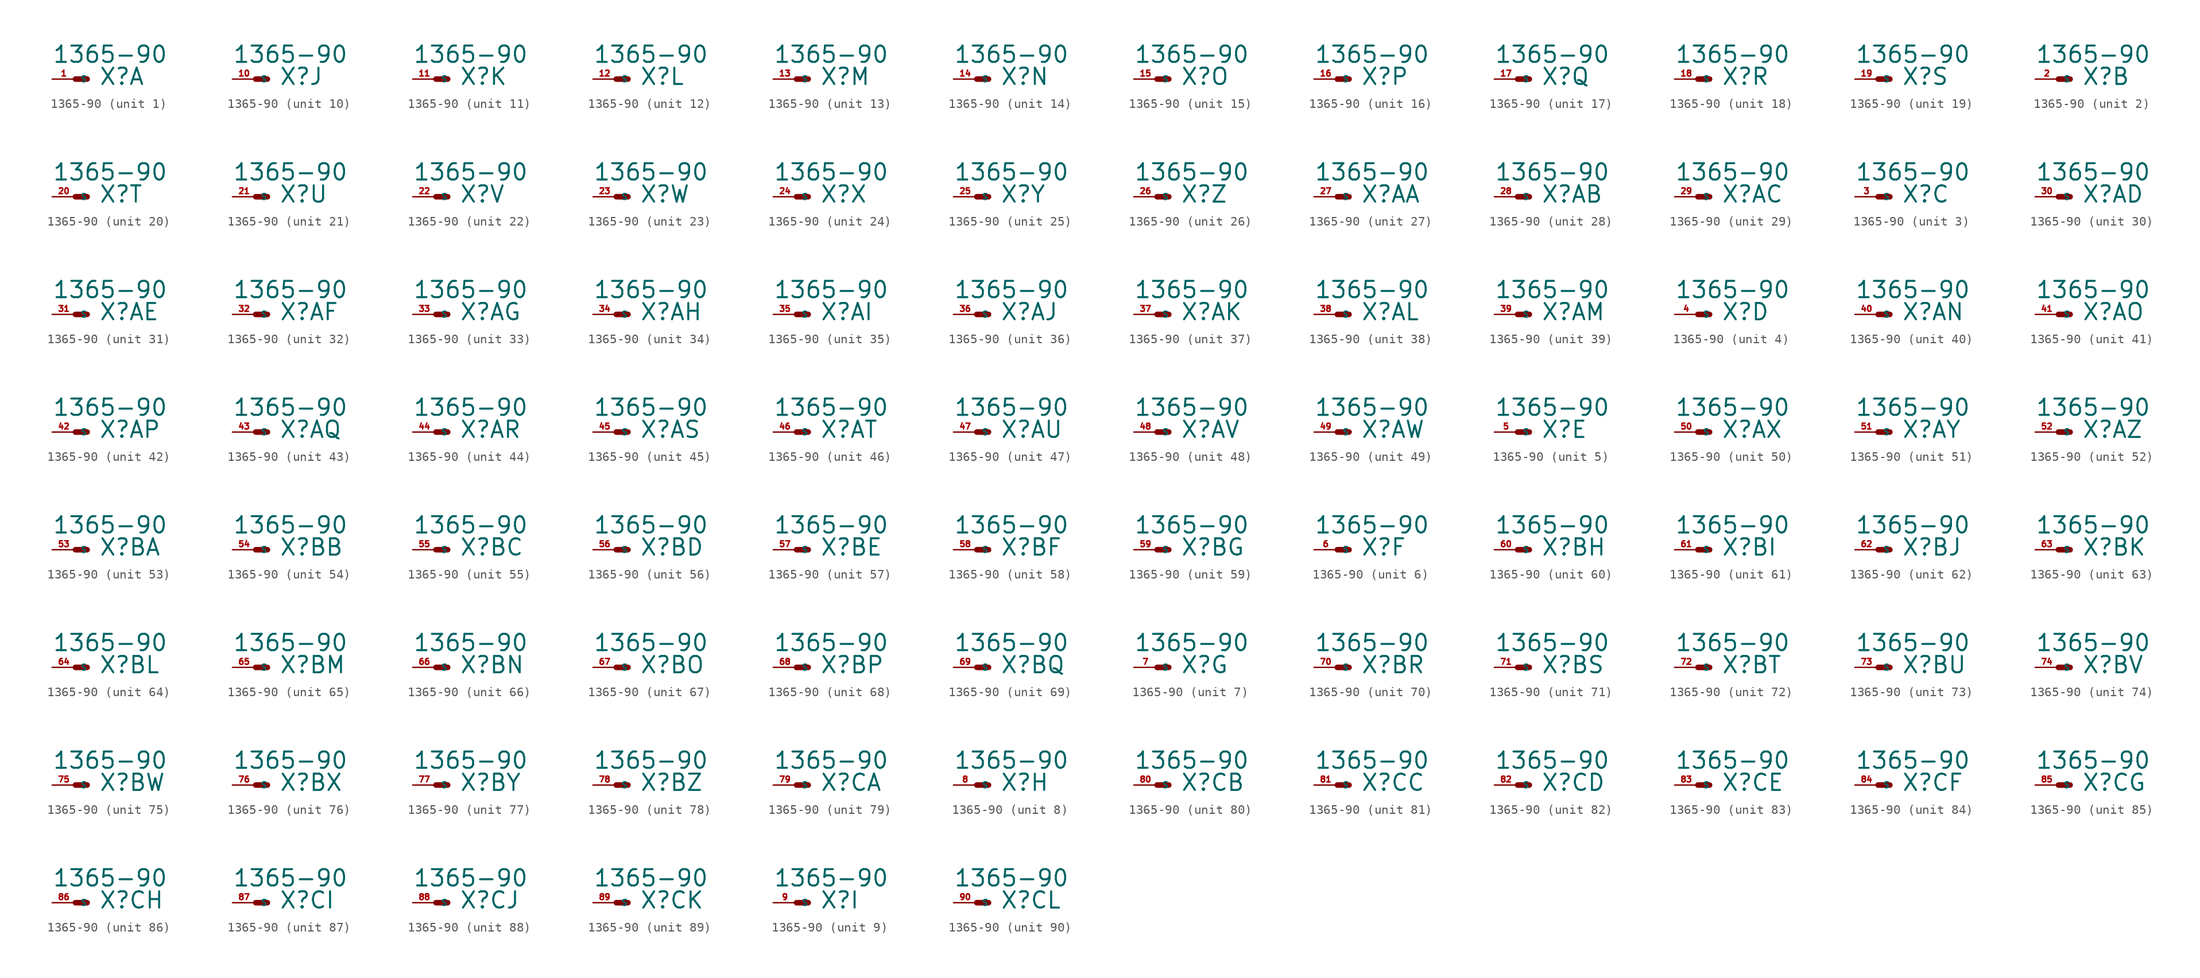
<source format=kicad_sym>
(kicad_symbol_lib
  (version 20220914)
  (generator Eagle2Kicad)
  (symbol "1365-90"
    (property "Reference" "X"
      (at 2.54 -0.762 0)
      (effects (font (size 1.778 1.778) (thickness 0.22)) (justify left bottom)))
    (property "Value" "1365-90"
      (at -2.54 1.651 0)
      (effects (font (size 1.778 1.778) (thickness 0.22)) (justify left bottom)))
    (symbol "1365-90_1_0"
      (polyline (pts (xy 0 0) (xy 1.27 0)) (stroke (width 0.61) (type default)) (fill (type none)))
      (pin passive line (at -2.54 0 0) (length 2.54) (name "S" (effects (font (size 0.635 0.635) (thickness 0.08)) (justify left bottom))) (number "1" (effects (font (size 0.635 0.635) (thickness 0.08)) (justify left bottom)))))
    (symbol "1365-90_2_0"
      (polyline (pts (xy 0 0) (xy 1.27 0)) (stroke (width 0.61) (type default)) (fill (type none)))
      (pin passive line (at -2.54 0 0) (length 2.54) (name "S" (effects (font (size 0.635 0.635) (thickness 0.08)) (justify left bottom))) (number "2" (effects (font (size 0.635 0.635) (thickness 0.08)) (justify left bottom)))))
    (symbol "1365-90_3_0"
      (polyline (pts (xy 0 0) (xy 1.27 0)) (stroke (width 0.61) (type default)) (fill (type none)))
      (pin passive line (at -2.54 0 0) (length 2.54) (name "S" (effects (font (size 0.635 0.635) (thickness 0.08)) (justify left bottom))) (number "3" (effects (font (size 0.635 0.635) (thickness 0.08)) (justify left bottom)))))
    (symbol "1365-90_4_0"
      (polyline (pts (xy 0 0) (xy 1.27 0)) (stroke (width 0.61) (type default)) (fill (type none)))
      (pin passive line (at -2.54 0 0) (length 2.54) (name "S" (effects (font (size 0.635 0.635) (thickness 0.08)) (justify left bottom))) (number "4" (effects (font (size 0.635 0.635) (thickness 0.08)) (justify left bottom)))))
    (symbol "1365-90_5_0"
      (polyline (pts (xy 0 0) (xy 1.27 0)) (stroke (width 0.61) (type default)) (fill (type none)))
      (pin passive line (at -2.54 0 0) (length 2.54) (name "S" (effects (font (size 0.635 0.635) (thickness 0.08)) (justify left bottom))) (number "5" (effects (font (size 0.635 0.635) (thickness 0.08)) (justify left bottom)))))
    (symbol "1365-90_6_0"
      (polyline (pts (xy 0 0) (xy 1.27 0)) (stroke (width 0.61) (type default)) (fill (type none)))
      (pin passive line (at -2.54 0 0) (length 2.54) (name "S" (effects (font (size 0.635 0.635) (thickness 0.08)) (justify left bottom))) (number "6" (effects (font (size 0.635 0.635) (thickness 0.08)) (justify left bottom)))))
    (symbol "1365-90_7_0"
      (polyline (pts (xy 0 0) (xy 1.27 0)) (stroke (width 0.61) (type default)) (fill (type none)))
      (pin passive line (at -2.54 0 0) (length 2.54) (name "S" (effects (font (size 0.635 0.635) (thickness 0.08)) (justify left bottom))) (number "7" (effects (font (size 0.635 0.635) (thickness 0.08)) (justify left bottom)))))
    (symbol "1365-90_8_0"
      (polyline (pts (xy 0 0) (xy 1.27 0)) (stroke (width 0.61) (type default)) (fill (type none)))
      (pin passive line (at -2.54 0 0) (length 2.54) (name "S" (effects (font (size 0.635 0.635) (thickness 0.08)) (justify left bottom))) (number "8" (effects (font (size 0.635 0.635) (thickness 0.08)) (justify left bottom)))))
    (symbol "1365-90_9_0"
      (polyline (pts (xy 0 0) (xy 1.27 0)) (stroke (width 0.61) (type default)) (fill (type none)))
      (pin passive line (at -2.54 0 0) (length 2.54) (name "S" (effects (font (size 0.635 0.635) (thickness 0.08)) (justify left bottom))) (number "9" (effects (font (size 0.635 0.635) (thickness 0.08)) (justify left bottom)))))
    (symbol "1365-90_10_0"
      (polyline (pts (xy 0 0) (xy 1.27 0)) (stroke (width 0.61) (type default)) (fill (type none)))
      (pin passive line (at -2.54 0 0) (length 2.54) (name "S" (effects (font (size 0.635 0.635) (thickness 0.08)) (justify left bottom))) (number "10" (effects (font (size 0.635 0.635) (thickness 0.08)) (justify left bottom)))))
    (symbol "1365-90_11_0"
      (polyline (pts (xy 0 0) (xy 1.27 0)) (stroke (width 0.61) (type default)) (fill (type none)))
      (pin passive line (at -2.54 0 0) (length 2.54) (name "S" (effects (font (size 0.635 0.635) (thickness 0.08)) (justify left bottom))) (number "11" (effects (font (size 0.635 0.635) (thickness 0.08)) (justify left bottom)))))
    (symbol "1365-90_12_0"
      (polyline (pts (xy 0 0) (xy 1.27 0)) (stroke (width 0.61) (type default)) (fill (type none)))
      (pin passive line (at -2.54 0 0) (length 2.54) (name "S" (effects (font (size 0.635 0.635) (thickness 0.08)) (justify left bottom))) (number "12" (effects (font (size 0.635 0.635) (thickness 0.08)) (justify left bottom)))))
    (symbol "1365-90_13_0"
      (polyline (pts (xy 0 0) (xy 1.27 0)) (stroke (width 0.61) (type default)) (fill (type none)))
      (pin passive line (at -2.54 0 0) (length 2.54) (name "S" (effects (font (size 0.635 0.635) (thickness 0.08)) (justify left bottom))) (number "13" (effects (font (size 0.635 0.635) (thickness 0.08)) (justify left bottom)))))
    (symbol "1365-90_14_0"
      (polyline (pts (xy 0 0) (xy 1.27 0)) (stroke (width 0.61) (type default)) (fill (type none)))
      (pin passive line (at -2.54 0 0) (length 2.54) (name "S" (effects (font (size 0.635 0.635) (thickness 0.08)) (justify left bottom))) (number "14" (effects (font (size 0.635 0.635) (thickness 0.08)) (justify left bottom)))))
    (symbol "1365-90_15_0"
      (polyline (pts (xy 0 0) (xy 1.27 0)) (stroke (width 0.61) (type default)) (fill (type none)))
      (pin passive line (at -2.54 0 0) (length 2.54) (name "S" (effects (font (size 0.635 0.635) (thickness 0.08)) (justify left bottom))) (number "15" (effects (font (size 0.635 0.635) (thickness 0.08)) (justify left bottom)))))
    (symbol "1365-90_16_0"
      (polyline (pts (xy 0 0) (xy 1.27 0)) (stroke (width 0.61) (type default)) (fill (type none)))
      (pin passive line (at -2.54 0 0) (length 2.54) (name "S" (effects (font (size 0.635 0.635) (thickness 0.08)) (justify left bottom))) (number "16" (effects (font (size 0.635 0.635) (thickness 0.08)) (justify left bottom)))))
    (symbol "1365-90_17_0"
      (polyline (pts (xy 0 0) (xy 1.27 0)) (stroke (width 0.61) (type default)) (fill (type none)))
      (pin passive line (at -2.54 0 0) (length 2.54) (name "S" (effects (font (size 0.635 0.635) (thickness 0.08)) (justify left bottom))) (number "17" (effects (font (size 0.635 0.635) (thickness 0.08)) (justify left bottom)))))
    (symbol "1365-90_18_0"
      (polyline (pts (xy 0 0) (xy 1.27 0)) (stroke (width 0.61) (type default)) (fill (type none)))
      (pin passive line (at -2.54 0 0) (length 2.54) (name "S" (effects (font (size 0.635 0.635) (thickness 0.08)) (justify left bottom))) (number "18" (effects (font (size 0.635 0.635) (thickness 0.08)) (justify left bottom)))))
    (symbol "1365-90_19_0"
      (polyline (pts (xy 0 0) (xy 1.27 0)) (stroke (width 0.61) (type default)) (fill (type none)))
      (pin passive line (at -2.54 0 0) (length 2.54) (name "S" (effects (font (size 0.635 0.635) (thickness 0.08)) (justify left bottom))) (number "19" (effects (font (size 0.635 0.635) (thickness 0.08)) (justify left bottom)))))
    (symbol "1365-90_20_0"
      (polyline (pts (xy 0 0) (xy 1.27 0)) (stroke (width 0.61) (type default)) (fill (type none)))
      (pin passive line (at -2.54 0 0) (length 2.54) (name "S" (effects (font (size 0.635 0.635) (thickness 0.08)) (justify left bottom))) (number "20" (effects (font (size 0.635 0.635) (thickness 0.08)) (justify left bottom)))))
    (symbol "1365-90_21_0"
      (polyline (pts (xy 0 0) (xy 1.27 0)) (stroke (width 0.61) (type default)) (fill (type none)))
      (pin passive line (at -2.54 0 0) (length 2.54) (name "S" (effects (font (size 0.635 0.635) (thickness 0.08)) (justify left bottom))) (number "21" (effects (font (size 0.635 0.635) (thickness 0.08)) (justify left bottom)))))
    (symbol "1365-90_22_0"
      (polyline (pts (xy 0 0) (xy 1.27 0)) (stroke (width 0.61) (type default)) (fill (type none)))
      (pin passive line (at -2.54 0 0) (length 2.54) (name "S" (effects (font (size 0.635 0.635) (thickness 0.08)) (justify left bottom))) (number "22" (effects (font (size 0.635 0.635) (thickness 0.08)) (justify left bottom)))))
    (symbol "1365-90_23_0"
      (polyline (pts (xy 0 0) (xy 1.27 0)) (stroke (width 0.61) (type default)) (fill (type none)))
      (pin passive line (at -2.54 0 0) (length 2.54) (name "S" (effects (font (size 0.635 0.635) (thickness 0.08)) (justify left bottom))) (number "23" (effects (font (size 0.635 0.635) (thickness 0.08)) (justify left bottom)))))
    (symbol "1365-90_24_0"
      (polyline (pts (xy 0 0) (xy 1.27 0)) (stroke (width 0.61) (type default)) (fill (type none)))
      (pin passive line (at -2.54 0 0) (length 2.54) (name "S" (effects (font (size 0.635 0.635) (thickness 0.08)) (justify left bottom))) (number "24" (effects (font (size 0.635 0.635) (thickness 0.08)) (justify left bottom)))))
    (symbol "1365-90_25_0"
      (polyline (pts (xy 0 0) (xy 1.27 0)) (stroke (width 0.61) (type default)) (fill (type none)))
      (pin passive line (at -2.54 0 0) (length 2.54) (name "S" (effects (font (size 0.635 0.635) (thickness 0.08)) (justify left bottom))) (number "25" (effects (font (size 0.635 0.635) (thickness 0.08)) (justify left bottom)))))
    (symbol "1365-90_26_0"
      (polyline (pts (xy 0 0) (xy 1.27 0)) (stroke (width 0.61) (type default)) (fill (type none)))
      (pin passive line (at -2.54 0 0) (length 2.54) (name "S" (effects (font (size 0.635 0.635) (thickness 0.08)) (justify left bottom))) (number "26" (effects (font (size 0.635 0.635) (thickness 0.08)) (justify left bottom)))))
    (symbol "1365-90_27_0"
      (polyline (pts (xy 0 0) (xy 1.27 0)) (stroke (width 0.61) (type default)) (fill (type none)))
      (pin passive line (at -2.54 0 0) (length 2.54) (name "S" (effects (font (size 0.635 0.635) (thickness 0.08)) (justify left bottom))) (number "27" (effects (font (size 0.635 0.635) (thickness 0.08)) (justify left bottom)))))
    (symbol "1365-90_28_0"
      (polyline (pts (xy 0 0) (xy 1.27 0)) (stroke (width 0.61) (type default)) (fill (type none)))
      (pin passive line (at -2.54 0 0) (length 2.54) (name "S" (effects (font (size 0.635 0.635) (thickness 0.08)) (justify left bottom))) (number "28" (effects (font (size 0.635 0.635) (thickness 0.08)) (justify left bottom)))))
    (symbol "1365-90_29_0"
      (polyline (pts (xy 0 0) (xy 1.27 0)) (stroke (width 0.61) (type default)) (fill (type none)))
      (pin passive line (at -2.54 0 0) (length 2.54) (name "S" (effects (font (size 0.635 0.635) (thickness 0.08)) (justify left bottom))) (number "29" (effects (font (size 0.635 0.635) (thickness 0.08)) (justify left bottom)))))
    (symbol "1365-90_30_0"
      (polyline (pts (xy 0 0) (xy 1.27 0)) (stroke (width 0.61) (type default)) (fill (type none)))
      (pin passive line (at -2.54 0 0) (length 2.54) (name "S" (effects (font (size 0.635 0.635) (thickness 0.08)) (justify left bottom))) (number "30" (effects (font (size 0.635 0.635) (thickness 0.08)) (justify left bottom)))))
    (symbol "1365-90_31_0"
      (polyline (pts (xy 0 0) (xy 1.27 0)) (stroke (width 0.61) (type default)) (fill (type none)))
      (pin passive line (at -2.54 0 0) (length 2.54) (name "S" (effects (font (size 0.635 0.635) (thickness 0.08)) (justify left bottom))) (number "31" (effects (font (size 0.635 0.635) (thickness 0.08)) (justify left bottom)))))
    (symbol "1365-90_32_0"
      (polyline (pts (xy 0 0) (xy 1.27 0)) (stroke (width 0.61) (type default)) (fill (type none)))
      (pin passive line (at -2.54 0 0) (length 2.54) (name "S" (effects (font (size 0.635 0.635) (thickness 0.08)) (justify left bottom))) (number "32" (effects (font (size 0.635 0.635) (thickness 0.08)) (justify left bottom)))))
    (symbol "1365-90_33_0"
      (polyline (pts (xy 0 0) (xy 1.27 0)) (stroke (width 0.61) (type default)) (fill (type none)))
      (pin passive line (at -2.54 0 0) (length 2.54) (name "S" (effects (font (size 0.635 0.635) (thickness 0.08)) (justify left bottom))) (number "33" (effects (font (size 0.635 0.635) (thickness 0.08)) (justify left bottom)))))
    (symbol "1365-90_34_0"
      (polyline (pts (xy 0 0) (xy 1.27 0)) (stroke (width 0.61) (type default)) (fill (type none)))
      (pin passive line (at -2.54 0 0) (length 2.54) (name "S" (effects (font (size 0.635 0.635) (thickness 0.08)) (justify left bottom))) (number "34" (effects (font (size 0.635 0.635) (thickness 0.08)) (justify left bottom)))))
    (symbol "1365-90_35_0"
      (polyline (pts (xy 0 0) (xy 1.27 0)) (stroke (width 0.61) (type default)) (fill (type none)))
      (pin passive line (at -2.54 0 0) (length 2.54) (name "S" (effects (font (size 0.635 0.635) (thickness 0.08)) (justify left bottom))) (number "35" (effects (font (size 0.635 0.635) (thickness 0.08)) (justify left bottom)))))
    (symbol "1365-90_36_0"
      (polyline (pts (xy 0 0) (xy 1.27 0)) (stroke (width 0.61) (type default)) (fill (type none)))
      (pin passive line (at -2.54 0 0) (length 2.54) (name "S" (effects (font (size 0.635 0.635) (thickness 0.08)) (justify left bottom))) (number "36" (effects (font (size 0.635 0.635) (thickness 0.08)) (justify left bottom)))))
    (symbol "1365-90_37_0"
      (polyline (pts (xy 0 0) (xy 1.27 0)) (stroke (width 0.61) (type default)) (fill (type none)))
      (pin passive line (at -2.54 0 0) (length 2.54) (name "S" (effects (font (size 0.635 0.635) (thickness 0.08)) (justify left bottom))) (number "37" (effects (font (size 0.635 0.635) (thickness 0.08)) (justify left bottom)))))
    (symbol "1365-90_38_0"
      (polyline (pts (xy 0 0) (xy 1.27 0)) (stroke (width 0.61) (type default)) (fill (type none)))
      (pin passive line (at -2.54 0 0) (length 2.54) (name "S" (effects (font (size 0.635 0.635) (thickness 0.08)) (justify left bottom))) (number "38" (effects (font (size 0.635 0.635) (thickness 0.08)) (justify left bottom)))))
    (symbol "1365-90_39_0"
      (polyline (pts (xy 0 0) (xy 1.27 0)) (stroke (width 0.61) (type default)) (fill (type none)))
      (pin passive line (at -2.54 0 0) (length 2.54) (name "S" (effects (font (size 0.635 0.635) (thickness 0.08)) (justify left bottom))) (number "39" (effects (font (size 0.635 0.635) (thickness 0.08)) (justify left bottom)))))
    (symbol "1365-90_40_0"
      (polyline (pts (xy 0 0) (xy 1.27 0)) (stroke (width 0.61) (type default)) (fill (type none)))
      (pin passive line (at -2.54 0 0) (length 2.54) (name "S" (effects (font (size 0.635 0.635) (thickness 0.08)) (justify left bottom))) (number "40" (effects (font (size 0.635 0.635) (thickness 0.08)) (justify left bottom)))))
    (symbol "1365-90_41_0"
      (polyline (pts (xy 0 0) (xy 1.27 0)) (stroke (width 0.61) (type default)) (fill (type none)))
      (pin passive line (at -2.54 0 0) (length 2.54) (name "S" (effects (font (size 0.635 0.635) (thickness 0.08)) (justify left bottom))) (number "41" (effects (font (size 0.635 0.635) (thickness 0.08)) (justify left bottom)))))
    (symbol "1365-90_42_0"
      (polyline (pts (xy 0 0) (xy 1.27 0)) (stroke (width 0.61) (type default)) (fill (type none)))
      (pin passive line (at -2.54 0 0) (length 2.54) (name "S" (effects (font (size 0.635 0.635) (thickness 0.08)) (justify left bottom))) (number "42" (effects (font (size 0.635 0.635) (thickness 0.08)) (justify left bottom)))))
    (symbol "1365-90_43_0"
      (polyline (pts (xy 0 0) (xy 1.27 0)) (stroke (width 0.61) (type default)) (fill (type none)))
      (pin passive line (at -2.54 0 0) (length 2.54) (name "S" (effects (font (size 0.635 0.635) (thickness 0.08)) (justify left bottom))) (number "43" (effects (font (size 0.635 0.635) (thickness 0.08)) (justify left bottom)))))
    (symbol "1365-90_44_0"
      (polyline (pts (xy 0 0) (xy 1.27 0)) (stroke (width 0.61) (type default)) (fill (type none)))
      (pin passive line (at -2.54 0 0) (length 2.54) (name "S" (effects (font (size 0.635 0.635) (thickness 0.08)) (justify left bottom))) (number "44" (effects (font (size 0.635 0.635) (thickness 0.08)) (justify left bottom)))))
    (symbol "1365-90_45_0"
      (polyline (pts (xy 0 0) (xy 1.27 0)) (stroke (width 0.61) (type default)) (fill (type none)))
      (pin passive line (at -2.54 0 0) (length 2.54) (name "S" (effects (font (size 0.635 0.635) (thickness 0.08)) (justify left bottom))) (number "45" (effects (font (size 0.635 0.635) (thickness 0.08)) (justify left bottom)))))
    (symbol "1365-90_46_0"
      (polyline (pts (xy 0 0) (xy 1.27 0)) (stroke (width 0.61) (type default)) (fill (type none)))
      (pin passive line (at -2.54 0 0) (length 2.54) (name "S" (effects (font (size 0.635 0.635) (thickness 0.08)) (justify left bottom))) (number "46" (effects (font (size 0.635 0.635) (thickness 0.08)) (justify left bottom)))))
    (symbol "1365-90_47_0"
      (polyline (pts (xy 0 0) (xy 1.27 0)) (stroke (width 0.61) (type default)) (fill (type none)))
      (pin passive line (at -2.54 0 0) (length 2.54) (name "S" (effects (font (size 0.635 0.635) (thickness 0.08)) (justify left bottom))) (number "47" (effects (font (size 0.635 0.635) (thickness 0.08)) (justify left bottom)))))
    (symbol "1365-90_48_0"
      (polyline (pts (xy 0 0) (xy 1.27 0)) (stroke (width 0.61) (type default)) (fill (type none)))
      (pin passive line (at -2.54 0 0) (length 2.54) (name "S" (effects (font (size 0.635 0.635) (thickness 0.08)) (justify left bottom))) (number "48" (effects (font (size 0.635 0.635) (thickness 0.08)) (justify left bottom)))))
    (symbol "1365-90_49_0"
      (polyline (pts (xy 0 0) (xy 1.27 0)) (stroke (width 0.61) (type default)) (fill (type none)))
      (pin passive line (at -2.54 0 0) (length 2.54) (name "S" (effects (font (size 0.635 0.635) (thickness 0.08)) (justify left bottom))) (number "49" (effects (font (size 0.635 0.635) (thickness 0.08)) (justify left bottom)))))
    (symbol "1365-90_50_0"
      (polyline (pts (xy 0 0) (xy 1.27 0)) (stroke (width 0.61) (type default)) (fill (type none)))
      (pin passive line (at -2.54 0 0) (length 2.54) (name "S" (effects (font (size 0.635 0.635) (thickness 0.08)) (justify left bottom))) (number "50" (effects (font (size 0.635 0.635) (thickness 0.08)) (justify left bottom)))))
    (symbol "1365-90_51_0"
      (polyline (pts (xy 0 0) (xy 1.27 0)) (stroke (width 0.61) (type default)) (fill (type none)))
      (pin passive line (at -2.54 0 0) (length 2.54) (name "S" (effects (font (size 0.635 0.635) (thickness 0.08)) (justify left bottom))) (number "51" (effects (font (size 0.635 0.635) (thickness 0.08)) (justify left bottom)))))
    (symbol "1365-90_52_0"
      (polyline (pts (xy 0 0) (xy 1.27 0)) (stroke (width 0.61) (type default)) (fill (type none)))
      (pin passive line (at -2.54 0 0) (length 2.54) (name "S" (effects (font (size 0.635 0.635) (thickness 0.08)) (justify left bottom))) (number "52" (effects (font (size 0.635 0.635) (thickness 0.08)) (justify left bottom)))))
    (symbol "1365-90_53_0"
      (polyline (pts (xy 0 0) (xy 1.27 0)) (stroke (width 0.61) (type default)) (fill (type none)))
      (pin passive line (at -2.54 0 0) (length 2.54) (name "S" (effects (font (size 0.635 0.635) (thickness 0.08)) (justify left bottom))) (number "53" (effects (font (size 0.635 0.635) (thickness 0.08)) (justify left bottom)))))
    (symbol "1365-90_54_0"
      (polyline (pts (xy 0 0) (xy 1.27 0)) (stroke (width 0.61) (type default)) (fill (type none)))
      (pin passive line (at -2.54 0 0) (length 2.54) (name "S" (effects (font (size 0.635 0.635) (thickness 0.08)) (justify left bottom))) (number "54" (effects (font (size 0.635 0.635) (thickness 0.08)) (justify left bottom)))))
    (symbol "1365-90_55_0"
      (polyline (pts (xy 0 0) (xy 1.27 0)) (stroke (width 0.61) (type default)) (fill (type none)))
      (pin passive line (at -2.54 0 0) (length 2.54) (name "S" (effects (font (size 0.635 0.635) (thickness 0.08)) (justify left bottom))) (number "55" (effects (font (size 0.635 0.635) (thickness 0.08)) (justify left bottom)))))
    (symbol "1365-90_56_0"
      (polyline (pts (xy 0 0) (xy 1.27 0)) (stroke (width 0.61) (type default)) (fill (type none)))
      (pin passive line (at -2.54 0 0) (length 2.54) (name "S" (effects (font (size 0.635 0.635) (thickness 0.08)) (justify left bottom))) (number "56" (effects (font (size 0.635 0.635) (thickness 0.08)) (justify left bottom)))))
    (symbol "1365-90_57_0"
      (polyline (pts (xy 0 0) (xy 1.27 0)) (stroke (width 0.61) (type default)) (fill (type none)))
      (pin passive line (at -2.54 0 0) (length 2.54) (name "S" (effects (font (size 0.635 0.635) (thickness 0.08)) (justify left bottom))) (number "57" (effects (font (size 0.635 0.635) (thickness 0.08)) (justify left bottom)))))
    (symbol "1365-90_58_0"
      (polyline (pts (xy 0 0) (xy 1.27 0)) (stroke (width 0.61) (type default)) (fill (type none)))
      (pin passive line (at -2.54 0 0) (length 2.54) (name "S" (effects (font (size 0.635 0.635) (thickness 0.08)) (justify left bottom))) (number "58" (effects (font (size 0.635 0.635) (thickness 0.08)) (justify left bottom)))))
    (symbol "1365-90_59_0"
      (polyline (pts (xy 0 0) (xy 1.27 0)) (stroke (width 0.61) (type default)) (fill (type none)))
      (pin passive line (at -2.54 0 0) (length 2.54) (name "S" (effects (font (size 0.635 0.635) (thickness 0.08)) (justify left bottom))) (number "59" (effects (font (size 0.635 0.635) (thickness 0.08)) (justify left bottom)))))
    (symbol "1365-90_60_0"
      (polyline (pts (xy 0 0) (xy 1.27 0)) (stroke (width 0.61) (type default)) (fill (type none)))
      (pin passive line (at -2.54 0 0) (length 2.54) (name "S" (effects (font (size 0.635 0.635) (thickness 0.08)) (justify left bottom))) (number "60" (effects (font (size 0.635 0.635) (thickness 0.08)) (justify left bottom)))))
    (symbol "1365-90_61_0"
      (polyline (pts (xy 0 0) (xy 1.27 0)) (stroke (width 0.61) (type default)) (fill (type none)))
      (pin passive line (at -2.54 0 0) (length 2.54) (name "S" (effects (font (size 0.635 0.635) (thickness 0.08)) (justify left bottom))) (number "61" (effects (font (size 0.635 0.635) (thickness 0.08)) (justify left bottom)))))
    (symbol "1365-90_62_0"
      (polyline (pts (xy 0 0) (xy 1.27 0)) (stroke (width 0.61) (type default)) (fill (type none)))
      (pin passive line (at -2.54 0 0) (length 2.54) (name "S" (effects (font (size 0.635 0.635) (thickness 0.08)) (justify left bottom))) (number "62" (effects (font (size 0.635 0.635) (thickness 0.08)) (justify left bottom)))))
    (symbol "1365-90_63_0"
      (polyline (pts (xy 0 0) (xy 1.27 0)) (stroke (width 0.61) (type default)) (fill (type none)))
      (pin passive line (at -2.54 0 0) (length 2.54) (name "S" (effects (font (size 0.635 0.635) (thickness 0.08)) (justify left bottom))) (number "63" (effects (font (size 0.635 0.635) (thickness 0.08)) (justify left bottom)))))
    (symbol "1365-90_64_0"
      (polyline (pts (xy 0 0) (xy 1.27 0)) (stroke (width 0.61) (type default)) (fill (type none)))
      (pin passive line (at -2.54 0 0) (length 2.54) (name "S" (effects (font (size 0.635 0.635) (thickness 0.08)) (justify left bottom))) (number "64" (effects (font (size 0.635 0.635) (thickness 0.08)) (justify left bottom)))))
    (symbol "1365-90_65_0"
      (polyline (pts (xy 0 0) (xy 1.27 0)) (stroke (width 0.61) (type default)) (fill (type none)))
      (pin passive line (at -2.54 0 0) (length 2.54) (name "S" (effects (font (size 0.635 0.635) (thickness 0.08)) (justify left bottom))) (number "65" (effects (font (size 0.635 0.635) (thickness 0.08)) (justify left bottom)))))
    (symbol "1365-90_66_0"
      (polyline (pts (xy 0 0) (xy 1.27 0)) (stroke (width 0.61) (type default)) (fill (type none)))
      (pin passive line (at -2.54 0 0) (length 2.54) (name "S" (effects (font (size 0.635 0.635) (thickness 0.08)) (justify left bottom))) (number "66" (effects (font (size 0.635 0.635) (thickness 0.08)) (justify left bottom)))))
    (symbol "1365-90_67_0"
      (polyline (pts (xy 0 0) (xy 1.27 0)) (stroke (width 0.61) (type default)) (fill (type none)))
      (pin passive line (at -2.54 0 0) (length 2.54) (name "S" (effects (font (size 0.635 0.635) (thickness 0.08)) (justify left bottom))) (number "67" (effects (font (size 0.635 0.635) (thickness 0.08)) (justify left bottom)))))
    (symbol "1365-90_68_0"
      (polyline (pts (xy 0 0) (xy 1.27 0)) (stroke (width 0.61) (type default)) (fill (type none)))
      (pin passive line (at -2.54 0 0) (length 2.54) (name "S" (effects (font (size 0.635 0.635) (thickness 0.08)) (justify left bottom))) (number "68" (effects (font (size 0.635 0.635) (thickness 0.08)) (justify left bottom)))))
    (symbol "1365-90_69_0"
      (polyline (pts (xy 0 0) (xy 1.27 0)) (stroke (width 0.61) (type default)) (fill (type none)))
      (pin passive line (at -2.54 0 0) (length 2.54) (name "S" (effects (font (size 0.635 0.635) (thickness 0.08)) (justify left bottom))) (number "69" (effects (font (size 0.635 0.635) (thickness 0.08)) (justify left bottom)))))
    (symbol "1365-90_70_0"
      (polyline (pts (xy 0 0) (xy 1.27 0)) (stroke (width 0.61) (type default)) (fill (type none)))
      (pin passive line (at -2.54 0 0) (length 2.54) (name "S" (effects (font (size 0.635 0.635) (thickness 0.08)) (justify left bottom))) (number "70" (effects (font (size 0.635 0.635) (thickness 0.08)) (justify left bottom)))))
    (symbol "1365-90_71_0"
      (polyline (pts (xy 0 0) (xy 1.27 0)) (stroke (width 0.61) (type default)) (fill (type none)))
      (pin passive line (at -2.54 0 0) (length 2.54) (name "S" (effects (font (size 0.635 0.635) (thickness 0.08)) (justify left bottom))) (number "71" (effects (font (size 0.635 0.635) (thickness 0.08)) (justify left bottom)))))
    (symbol "1365-90_72_0"
      (polyline (pts (xy 0 0) (xy 1.27 0)) (stroke (width 0.61) (type default)) (fill (type none)))
      (pin passive line (at -2.54 0 0) (length 2.54) (name "S" (effects (font (size 0.635 0.635) (thickness 0.08)) (justify left bottom))) (number "72" (effects (font (size 0.635 0.635) (thickness 0.08)) (justify left bottom)))))
    (symbol "1365-90_73_0"
      (polyline (pts (xy 0 0) (xy 1.27 0)) (stroke (width 0.61) (type default)) (fill (type none)))
      (pin passive line (at -2.54 0 0) (length 2.54) (name "S" (effects (font (size 0.635 0.635) (thickness 0.08)) (justify left bottom))) (number "73" (effects (font (size 0.635 0.635) (thickness 0.08)) (justify left bottom)))))
    (symbol "1365-90_74_0"
      (polyline (pts (xy 0 0) (xy 1.27 0)) (stroke (width 0.61) (type default)) (fill (type none)))
      (pin passive line (at -2.54 0 0) (length 2.54) (name "S" (effects (font (size 0.635 0.635) (thickness 0.08)) (justify left bottom))) (number "74" (effects (font (size 0.635 0.635) (thickness 0.08)) (justify left bottom)))))
    (symbol "1365-90_75_0"
      (polyline (pts (xy 0 0) (xy 1.27 0)) (stroke (width 0.61) (type default)) (fill (type none)))
      (pin passive line (at -2.54 0 0) (length 2.54) (name "S" (effects (font (size 0.635 0.635) (thickness 0.08)) (justify left bottom))) (number "75" (effects (font (size 0.635 0.635) (thickness 0.08)) (justify left bottom)))))
    (symbol "1365-90_76_0"
      (polyline (pts (xy 0 0) (xy 1.27 0)) (stroke (width 0.61) (type default)) (fill (type none)))
      (pin passive line (at -2.54 0 0) (length 2.54) (name "S" (effects (font (size 0.635 0.635) (thickness 0.08)) (justify left bottom))) (number "76" (effects (font (size 0.635 0.635) (thickness 0.08)) (justify left bottom)))))
    (symbol "1365-90_77_0"
      (polyline (pts (xy 0 0) (xy 1.27 0)) (stroke (width 0.61) (type default)) (fill (type none)))
      (pin passive line (at -2.54 0 0) (length 2.54) (name "S" (effects (font (size 0.635 0.635) (thickness 0.08)) (justify left bottom))) (number "77" (effects (font (size 0.635 0.635) (thickness 0.08)) (justify left bottom)))))
    (symbol "1365-90_78_0"
      (polyline (pts (xy 0 0) (xy 1.27 0)) (stroke (width 0.61) (type default)) (fill (type none)))
      (pin passive line (at -2.54 0 0) (length 2.54) (name "S" (effects (font (size 0.635 0.635) (thickness 0.08)) (justify left bottom))) (number "78" (effects (font (size 0.635 0.635) (thickness 0.08)) (justify left bottom)))))
    (symbol "1365-90_79_0"
      (polyline (pts (xy 0 0) (xy 1.27 0)) (stroke (width 0.61) (type default)) (fill (type none)))
      (pin passive line (at -2.54 0 0) (length 2.54) (name "S" (effects (font (size 0.635 0.635) (thickness 0.08)) (justify left bottom))) (number "79" (effects (font (size 0.635 0.635) (thickness 0.08)) (justify left bottom)))))
    (symbol "1365-90_80_0"
      (polyline (pts (xy 0 0) (xy 1.27 0)) (stroke (width 0.61) (type default)) (fill (type none)))
      (pin passive line (at -2.54 0 0) (length 2.54) (name "S" (effects (font (size 0.635 0.635) (thickness 0.08)) (justify left bottom))) (number "80" (effects (font (size 0.635 0.635) (thickness 0.08)) (justify left bottom)))))
    (symbol "1365-90_81_0"
      (polyline (pts (xy 0 0) (xy 1.27 0)) (stroke (width 0.61) (type default)) (fill (type none)))
      (pin passive line (at -2.54 0 0) (length 2.54) (name "S" (effects (font (size 0.635 0.635) (thickness 0.08)) (justify left bottom))) (number "81" (effects (font (size 0.635 0.635) (thickness 0.08)) (justify left bottom)))))
    (symbol "1365-90_82_0"
      (polyline (pts (xy 0 0) (xy 1.27 0)) (stroke (width 0.61) (type default)) (fill (type none)))
      (pin passive line (at -2.54 0 0) (length 2.54) (name "S" (effects (font (size 0.635 0.635) (thickness 0.08)) (justify left bottom))) (number "82" (effects (font (size 0.635 0.635) (thickness 0.08)) (justify left bottom)))))
    (symbol "1365-90_83_0"
      (polyline (pts (xy 0 0) (xy 1.27 0)) (stroke (width 0.61) (type default)) (fill (type none)))
      (pin passive line (at -2.54 0 0) (length 2.54) (name "S" (effects (font (size 0.635 0.635) (thickness 0.08)) (justify left bottom))) (number "83" (effects (font (size 0.635 0.635) (thickness 0.08)) (justify left bottom)))))
    (symbol "1365-90_84_0"
      (polyline (pts (xy 0 0) (xy 1.27 0)) (stroke (width 0.61) (type default)) (fill (type none)))
      (pin passive line (at -2.54 0 0) (length 2.54) (name "S" (effects (font (size 0.635 0.635) (thickness 0.08)) (justify left bottom))) (number "84" (effects (font (size 0.635 0.635) (thickness 0.08)) (justify left bottom)))))
    (symbol "1365-90_85_0"
      (polyline (pts (xy 0 0) (xy 1.27 0)) (stroke (width 0.61) (type default)) (fill (type none)))
      (pin passive line (at -2.54 0 0) (length 2.54) (name "S" (effects (font (size 0.635 0.635) (thickness 0.08)) (justify left bottom))) (number "85" (effects (font (size 0.635 0.635) (thickness 0.08)) (justify left bottom)))))
    (symbol "1365-90_86_0"
      (polyline (pts (xy 0 0) (xy 1.27 0)) (stroke (width 0.61) (type default)) (fill (type none)))
      (pin passive line (at -2.54 0 0) (length 2.54) (name "S" (effects (font (size 0.635 0.635) (thickness 0.08)) (justify left bottom))) (number "86" (effects (font (size 0.635 0.635) (thickness 0.08)) (justify left bottom)))))
    (symbol "1365-90_87_0"
      (polyline (pts (xy 0 0) (xy 1.27 0)) (stroke (width 0.61) (type default)) (fill (type none)))
      (pin passive line (at -2.54 0 0) (length 2.54) (name "S" (effects (font (size 0.635 0.635) (thickness 0.08)) (justify left bottom))) (number "87" (effects (font (size 0.635 0.635) (thickness 0.08)) (justify left bottom)))))
    (symbol "1365-90_88_0"
      (polyline (pts (xy 0 0) (xy 1.27 0)) (stroke (width 0.61) (type default)) (fill (type none)))
      (pin passive line (at -2.54 0 0) (length 2.54) (name "S" (effects (font (size 0.635 0.635) (thickness 0.08)) (justify left bottom))) (number "88" (effects (font (size 0.635 0.635) (thickness 0.08)) (justify left bottom)))))
    (symbol "1365-90_89_0"
      (polyline (pts (xy 0 0) (xy 1.27 0)) (stroke (width 0.61) (type default)) (fill (type none)))
      (pin passive line (at -2.54 0 0) (length 2.54) (name "S" (effects (font (size 0.635 0.635) (thickness 0.08)) (justify left bottom))) (number "89" (effects (font (size 0.635 0.635) (thickness 0.08)) (justify left bottom)))))
    (symbol "1365-90_90_0"
      (polyline (pts (xy 0 0) (xy 1.27 0)) (stroke (width 0.61) (type default)) (fill (type none)))
      (pin passive line (at -2.54 0 0) (length 2.54) (name "S" (effects (font (size 0.635 0.635) (thickness 0.08)) (justify left bottom))) (number "90" (effects (font (size 0.635 0.635) (thickness 0.08)) (justify left bottom)))))))
</source>
